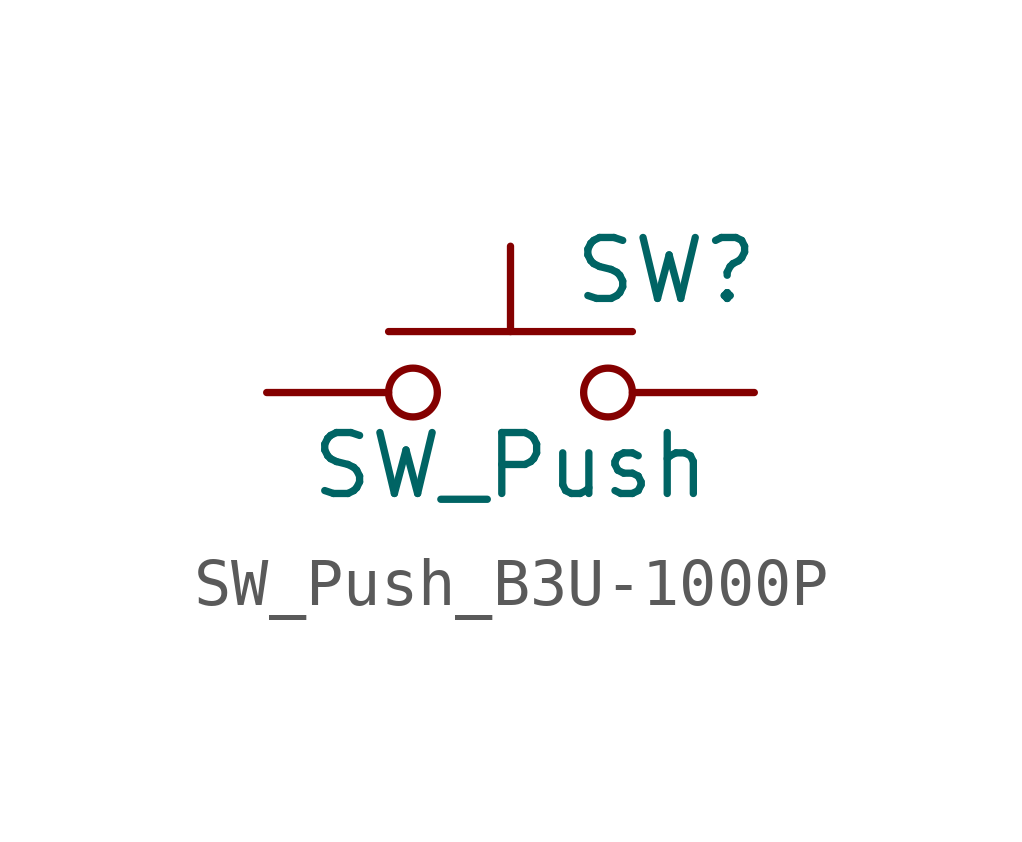
<source format=kicad_sym>
(kicad_symbol_lib
  (version 20241209)
  (generator "kicad_symbol_editor")
  (generator_version "9.0")
  (symbol "SW_Push_B3U-1000P"
    (pin_numbers
      (hide yes))
    (pin_names
      (offset 1.016)
      (hide yes))
    (property "Reference" "SW"
      (at 1.27 2.54 0)
      (effects (font (size 1.27 1.27)) (justify left)))
    (property "Value" "SW_Push"
      (at 0 -1.524 0)
      (effects (font (size 1.27 1.27))))
    (symbol "SW_Push_B3U-1000P_0_1"
      (circle (center -2.032 0) (radius 0.508) (stroke (width 0) (type default)) (fill (type none)))
      (polyline (pts (xy 0 1.27) (xy 0 3.048)) (stroke (width 0) (type default)) (fill (type none)))
      (circle (center 2.032 0) (radius 0.508) (stroke (width 0) (type default)) (fill (type none)))
      (polyline (pts (xy 2.54 1.27) (xy -2.54 1.27)) (stroke (width 0) (type default)) (fill (type none)))
      (pin passive line (at -5.08 0 0) (length 2.54) (name "1" (effects (font (size 1.27 1.27)))) (number "1" (effects (font (size 1.27 1.27)))))
      (pin passive line (at 5.08 0 180) (length 2.54) (name "2" (effects (font (size 1.27 1.27)))) (number "2" (effects (font (size 1.27 1.27))))))))
</source>
